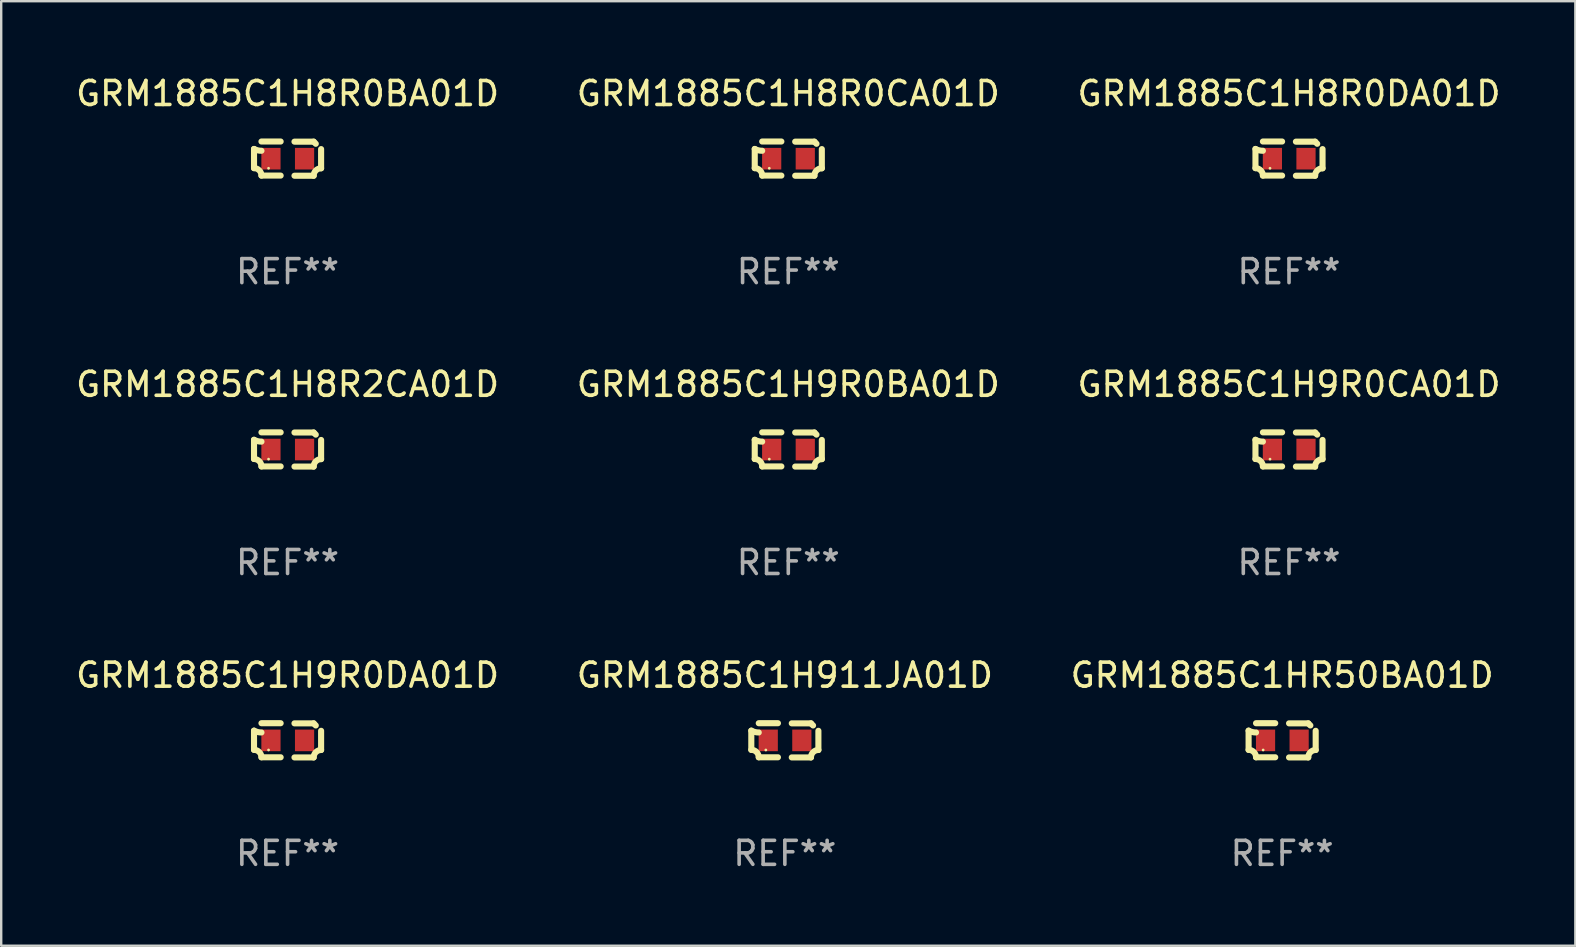
<source format=kicad_pcb>
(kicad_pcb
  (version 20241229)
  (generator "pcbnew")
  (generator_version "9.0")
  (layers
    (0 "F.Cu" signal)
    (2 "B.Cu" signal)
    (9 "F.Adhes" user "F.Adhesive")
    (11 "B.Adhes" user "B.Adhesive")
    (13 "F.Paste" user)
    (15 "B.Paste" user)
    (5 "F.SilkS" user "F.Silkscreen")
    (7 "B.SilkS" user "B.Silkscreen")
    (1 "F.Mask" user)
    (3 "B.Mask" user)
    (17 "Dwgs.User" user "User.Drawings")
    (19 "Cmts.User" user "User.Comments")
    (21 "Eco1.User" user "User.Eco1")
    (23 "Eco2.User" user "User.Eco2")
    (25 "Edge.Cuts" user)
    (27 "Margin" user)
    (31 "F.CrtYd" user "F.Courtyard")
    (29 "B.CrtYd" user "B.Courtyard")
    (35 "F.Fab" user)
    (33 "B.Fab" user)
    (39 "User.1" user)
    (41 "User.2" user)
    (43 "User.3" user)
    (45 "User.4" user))
  (footprint "GRM1885C1H911JA01D"
    (layer "F.Cu")
    (at 29.661 27.805)
    (property "Reference" "GRM1885C1H911JA01D" (at 0 -2.713 0) (layer "F.SilkS") (effects (font (size 1 1) (thickness 0.15))))
    (attr through_hole)
    (fp_line (start -1.398 -0.403) (end -1.398 0.397) (stroke (width 0.254) (type solid)) (layer "F.SilkS"))
    (fp_line (start -0.288 -0.713) (end -1.088 -0.713) (stroke (width 0.254) (type solid)) (layer "F.SilkS"))
    (fp_line (start -0.288 0.707) (end -1.088 0.707) (stroke (width 0.254) (type solid)) (layer "F.SilkS"))
    (fp_line (start 0.288 -0.707) (end 1.088 -0.707) (stroke (width 0.254) (type solid)) (layer "F.SilkS"))
    (fp_line (start 0.288 0.713) (end 1.088 0.713) (stroke (width 0.254) (type solid)) (layer "F.SilkS"))
    (fp_line (start 1.398 -0.397) (end 1.398 0.403) (stroke (width 0.254) (type solid)) (layer "F.SilkS"))
    (fp_arc (start -1.397789 0.397066) (mid -1.178701 0.487826) (end -1.08796 0.706922) (stroke (width 0.254001) (type solid)) (layer "F.SilkS"))
    (fp_arc (start -1.08796 -0.327176) (mid -1.247436 -0.346384) (end -1.39779 -0.402908) (stroke (width 0.254001) (type solid)) (layer "F.SilkS"))
    (fp_arc (start 1.087909 0.712738) (mid 1.178656 0.493655) (end 1.397739 0.402908) (stroke (width 0.254001) (type solid)) (layer "F.SilkS"))
    (fp_arc (start 1.175925 -0.618926) (mid 1.131917 -0.662923) (end 1.08791 -0.706922) (stroke (width 0.254001) (type solid)) (layer "F.SilkS"))
    (fp_circle (center -0.792 0.403) (end -0.762 0.403) (stroke (width 0.06) (type solid)) (fill no) (layer "F.SilkS"))
    (fp_text user "REF**" (at 0 4.713 0) (layer "F.Fab") (effects (font (size 1 1) (thickness 0.15))))
    (pad "1" smd rect (at -0.692 0.003) (size 0.8 0.9) (layers "F.Cu" "F.Mask" "F.Paste"))
    (pad "2" smd rect (at 0.708 0.003) (size 0.8 0.9) (layers "F.Cu" "F.Mask" "F.Paste")))
  (footprint "GRM1885C1H8R0CA01D"
    (layer "F.Cu")
    (at 29.804 3.561)
    (property "Reference" "GRM1885C1H8R0CA01D" (at 0 -2.713 0) (layer "F.SilkS") (effects (font (size 1 1) (thickness 0.15))))
    (attr through_hole)
    (fp_line (start -1.398 -0.403) (end -1.398 0.397) (stroke (width 0.254) (type solid)) (layer "F.SilkS"))
    (fp_line (start -0.288 -0.713) (end -1.088 -0.713) (stroke (width 0.254) (type solid)) (layer "F.SilkS"))
    (fp_line (start -0.288 0.707) (end -1.088 0.707) (stroke (width 0.254) (type solid)) (layer "F.SilkS"))
    (fp_line (start 0.288 -0.707) (end 1.088 -0.707) (stroke (width 0.254) (type solid)) (layer "F.SilkS"))
    (fp_line (start 0.288 0.713) (end 1.088 0.713) (stroke (width 0.254) (type solid)) (layer "F.SilkS"))
    (fp_line (start 1.398 -0.397) (end 1.398 0.403) (stroke (width 0.254) (type solid)) (layer "F.SilkS"))
    (fp_arc (start -1.397789 0.397066) (mid -1.178701 0.487826) (end -1.08796 0.706922) (stroke (width 0.254001) (type solid)) (layer "F.SilkS"))
    (fp_arc (start -1.08796 -0.327176) (mid -1.247436 -0.346384) (end -1.39779 -0.402908) (stroke (width 0.254001) (type solid)) (layer "F.SilkS"))
    (fp_arc (start 1.087909 0.712738) (mid 1.178656 0.493655) (end 1.397739 0.402908) (stroke (width 0.254001) (type solid)) (layer "F.SilkS"))
    (fp_arc (start 1.175925 -0.618926) (mid 1.131917 -0.662923) (end 1.08791 -0.706922) (stroke (width 0.254001) (type solid)) (layer "F.SilkS"))
    (fp_circle (center -0.792 0.403) (end -0.762 0.403) (stroke (width 0.06) (type solid)) (fill no) (layer "F.SilkS"))
    (fp_text user "REF**" (at 0 4.713 0) (layer "F.Fab") (effects (font (size 1 1) (thickness 0.15))))
    (pad "1" smd rect (at -0.692 0.003) (size 0.8 0.9) (layers "F.Cu" "F.Mask" "F.Paste"))
    (pad "2" smd rect (at 0.708 0.003) (size 0.8 0.9) (layers "F.Cu" "F.Mask" "F.Paste")))
  (footprint "GRM1885C1H8R0DA01D"
    (layer "F.Cu")
    (at 50.673 3.561)
    (property "Reference" "GRM1885C1H8R0DA01D" (at 0 -2.713 0) (layer "F.SilkS") (effects (font (size 1 1) (thickness 0.15))))
    (attr through_hole)
    (fp_line (start -1.398 -0.403) (end -1.398 0.397) (stroke (width 0.254) (type solid)) (layer "F.SilkS"))
    (fp_line (start -0.288 -0.713) (end -1.088 -0.713) (stroke (width 0.254) (type solid)) (layer "F.SilkS"))
    (fp_line (start -0.288 0.707) (end -1.088 0.707) (stroke (width 0.254) (type solid)) (layer "F.SilkS"))
    (fp_line (start 0.288 -0.707) (end 1.088 -0.707) (stroke (width 0.254) (type solid)) (layer "F.SilkS"))
    (fp_line (start 0.288 0.713) (end 1.088 0.713) (stroke (width 0.254) (type solid)) (layer "F.SilkS"))
    (fp_line (start 1.398 -0.397) (end 1.398 0.403) (stroke (width 0.254) (type solid)) (layer "F.SilkS"))
    (fp_arc (start -1.397789 0.397066) (mid -1.178701 0.487826) (end -1.08796 0.706922) (stroke (width 0.254001) (type solid)) (layer "F.SilkS"))
    (fp_arc (start -1.08796 -0.327176) (mid -1.247436 -0.346384) (end -1.39779 -0.402908) (stroke (width 0.254001) (type solid)) (layer "F.SilkS"))
    (fp_arc (start 1.087909 0.712738) (mid 1.178656 0.493655) (end 1.397739 0.402908) (stroke (width 0.254001) (type solid)) (layer "F.SilkS"))
    (fp_arc (start 1.175925 -0.618926) (mid 1.131917 -0.662923) (end 1.08791 -0.706922) (stroke (width 0.254001) (type solid)) (layer "F.SilkS"))
    (fp_circle (center -0.792 0.403) (end -0.762 0.403) (stroke (width 0.06) (type solid)) (fill no) (layer "F.SilkS"))
    (fp_text user "REF**" (at 0 4.713 0) (layer "F.Fab") (effects (font (size 1 1) (thickness 0.15))))
    (pad "1" smd rect (at -0.692 0.003) (size 0.8 0.9) (layers "F.Cu" "F.Mask" "F.Paste"))
    (pad "2" smd rect (at 0.708 0.003) (size 0.8 0.9) (layers "F.Cu" "F.Mask" "F.Paste")))
  (footprint "GRM1885C1H8R2CA01D"
    (layer "F.Cu")
    (at 8.935 15.683)
    (property "Reference" "GRM1885C1H8R2CA01D" (at 0 -2.713 0) (layer "F.SilkS") (effects (font (size 1 1) (thickness 0.15))))
    (attr through_hole)
    (fp_line (start -1.398 -0.403) (end -1.398 0.397) (stroke (width 0.254) (type solid)) (layer "F.SilkS"))
    (fp_line (start -0.288 -0.713) (end -1.088 -0.713) (stroke (width 0.254) (type solid)) (layer "F.SilkS"))
    (fp_line (start -0.288 0.707) (end -1.088 0.707) (stroke (width 0.254) (type solid)) (layer "F.SilkS"))
    (fp_line (start 0.288 -0.707) (end 1.088 -0.707) (stroke (width 0.254) (type solid)) (layer "F.SilkS"))
    (fp_line (start 0.288 0.713) (end 1.088 0.713) (stroke (width 0.254) (type solid)) (layer "F.SilkS"))
    (fp_line (start 1.398 -0.397) (end 1.398 0.403) (stroke (width 0.254) (type solid)) (layer "F.SilkS"))
    (fp_arc (start -1.397789 0.397066) (mid -1.178701 0.487826) (end -1.08796 0.706922) (stroke (width 0.254001) (type solid)) (layer "F.SilkS"))
    (fp_arc (start -1.08796 -0.327176) (mid -1.247436 -0.346384) (end -1.39779 -0.402908) (stroke (width 0.254001) (type solid)) (layer "F.SilkS"))
    (fp_arc (start 1.087909 0.712738) (mid 1.178656 0.493655) (end 1.397739 0.402908) (stroke (width 0.254001) (type solid)) (layer "F.SilkS"))
    (fp_arc (start 1.175925 -0.618926) (mid 1.131917 -0.662923) (end 1.08791 -0.706922) (stroke (width 0.254001) (type solid)) (layer "F.SilkS"))
    (fp_circle (center -0.792 0.403) (end -0.762 0.403) (stroke (width 0.06) (type solid)) (fill no) (layer "F.SilkS"))
    (fp_text user "REF**" (at 0 4.713 0) (layer "F.Fab") (effects (font (size 1 1) (thickness 0.15))))
    (pad "1" smd rect (at -0.692 0.003) (size 0.8 0.9) (layers "F.Cu" "F.Mask" "F.Paste"))
    (pad "2" smd rect (at 0.708 0.003) (size 0.8 0.9) (layers "F.Cu" "F.Mask" "F.Paste")))
  (footprint "GRM1885C1H9R0BA01D"
    (layer "F.Cu")
    (at 29.804 15.683)
    (property "Reference" "GRM1885C1H9R0BA01D" (at 0 -2.713 0) (layer "F.SilkS") (effects (font (size 1 1) (thickness 0.15))))
    (attr through_hole)
    (fp_line (start -1.398 -0.403) (end -1.398 0.397) (stroke (width 0.254) (type solid)) (layer "F.SilkS"))
    (fp_line (start -0.288 -0.713) (end -1.088 -0.713) (stroke (width 0.254) (type solid)) (layer "F.SilkS"))
    (fp_line (start -0.288 0.707) (end -1.088 0.707) (stroke (width 0.254) (type solid)) (layer "F.SilkS"))
    (fp_line (start 0.288 -0.707) (end 1.088 -0.707) (stroke (width 0.254) (type solid)) (layer "F.SilkS"))
    (fp_line (start 0.288 0.713) (end 1.088 0.713) (stroke (width 0.254) (type solid)) (layer "F.SilkS"))
    (fp_line (start 1.398 -0.397) (end 1.398 0.403) (stroke (width 0.254) (type solid)) (layer "F.SilkS"))
    (fp_arc (start -1.397789 0.397066) (mid -1.178701 0.487826) (end -1.08796 0.706922) (stroke (width 0.254001) (type solid)) (layer "F.SilkS"))
    (fp_arc (start -1.08796 -0.327176) (mid -1.247436 -0.346384) (end -1.39779 -0.402908) (stroke (width 0.254001) (type solid)) (layer "F.SilkS"))
    (fp_arc (start 1.087909 0.712738) (mid 1.178656 0.493655) (end 1.397739 0.402908) (stroke (width 0.254001) (type solid)) (layer "F.SilkS"))
    (fp_arc (start 1.175925 -0.618926) (mid 1.131917 -0.662923) (end 1.08791 -0.706922) (stroke (width 0.254001) (type solid)) (layer "F.SilkS"))
    (fp_circle (center -0.792 0.403) (end -0.762 0.403) (stroke (width 0.06) (type solid)) (fill no) (layer "F.SilkS"))
    (fp_text user "REF**" (at 0 4.713 0) (layer "F.Fab") (effects (font (size 1 1) (thickness 0.15))))
    (pad "1" smd rect (at -0.692 0.003) (size 0.8 0.9) (layers "F.Cu" "F.Mask" "F.Paste"))
    (pad "2" smd rect (at 0.708 0.003) (size 0.8 0.9) (layers "F.Cu" "F.Mask" "F.Paste")))
  (footprint "GRM1885C1H8R0BA01D"
    (layer "F.Cu")
    (at 8.935 3.561)
    (property "Reference" "GRM1885C1H8R0BA01D" (at 0 -2.713 0) (layer "F.SilkS") (effects (font (size 1 1) (thickness 0.15))))
    (attr through_hole)
    (fp_line (start -1.398 -0.403) (end -1.398 0.397) (stroke (width 0.254) (type solid)) (layer "F.SilkS"))
    (fp_line (start -0.288 -0.713) (end -1.088 -0.713) (stroke (width 0.254) (type solid)) (layer "F.SilkS"))
    (fp_line (start -0.288 0.707) (end -1.088 0.707) (stroke (width 0.254) (type solid)) (layer "F.SilkS"))
    (fp_line (start 0.288 -0.707) (end 1.088 -0.707) (stroke (width 0.254) (type solid)) (layer "F.SilkS"))
    (fp_line (start 0.288 0.713) (end 1.088 0.713) (stroke (width 0.254) (type solid)) (layer "F.SilkS"))
    (fp_line (start 1.398 -0.397) (end 1.398 0.403) (stroke (width 0.254) (type solid)) (layer "F.SilkS"))
    (fp_arc (start -1.397789 0.397066) (mid -1.178701 0.487826) (end -1.08796 0.706922) (stroke (width 0.254001) (type solid)) (layer "F.SilkS"))
    (fp_arc (start -1.08796 -0.327176) (mid -1.247436 -0.346384) (end -1.39779 -0.402908) (stroke (width 0.254001) (type solid)) (layer "F.SilkS"))
    (fp_arc (start 1.087909 0.712738) (mid 1.178656 0.493655) (end 1.397739 0.402908) (stroke (width 0.254001) (type solid)) (layer "F.SilkS"))
    (fp_arc (start 1.175925 -0.618926) (mid 1.131917 -0.662923) (end 1.08791 -0.706922) (stroke (width 0.254001) (type solid)) (layer "F.SilkS"))
    (fp_circle (center -0.792 0.403) (end -0.762 0.403) (stroke (width 0.06) (type solid)) (fill no) (layer "F.SilkS"))
    (fp_text user "REF**" (at 0 4.713 0) (layer "F.Fab") (effects (font (size 1 1) (thickness 0.15))))
    (pad "1" smd rect (at -0.692 0.003) (size 0.8 0.9) (layers "F.Cu" "F.Mask" "F.Paste"))
    (pad "2" smd rect (at 0.708 0.003) (size 0.8 0.9) (layers "F.Cu" "F.Mask" "F.Paste")))
  (footprint "GRM1885C1H9R0DA01D"
    (layer "F.Cu")
    (at 8.935 27.805)
    (property "Reference" "GRM1885C1H9R0DA01D" (at 0 -2.713 0) (layer "F.SilkS") (effects (font (size 1 1) (thickness 0.15))))
    (attr through_hole)
    (fp_line (start -1.398 -0.403) (end -1.398 0.397) (stroke (width 0.254) (type solid)) (layer "F.SilkS"))
    (fp_line (start -0.288 -0.713) (end -1.088 -0.713) (stroke (width 0.254) (type solid)) (layer "F.SilkS"))
    (fp_line (start -0.288 0.707) (end -1.088 0.707) (stroke (width 0.254) (type solid)) (layer "F.SilkS"))
    (fp_line (start 0.288 -0.707) (end 1.088 -0.707) (stroke (width 0.254) (type solid)) (layer "F.SilkS"))
    (fp_line (start 0.288 0.713) (end 1.088 0.713) (stroke (width 0.254) (type solid)) (layer "F.SilkS"))
    (fp_line (start 1.398 -0.397) (end 1.398 0.403) (stroke (width 0.254) (type solid)) (layer "F.SilkS"))
    (fp_arc (start -1.397789 0.397066) (mid -1.178701 0.487826) (end -1.08796 0.706922) (stroke (width 0.254001) (type solid)) (layer "F.SilkS"))
    (fp_arc (start -1.08796 -0.327176) (mid -1.247436 -0.346384) (end -1.39779 -0.402908) (stroke (width 0.254001) (type solid)) (layer "F.SilkS"))
    (fp_arc (start 1.087909 0.712738) (mid 1.178656 0.493655) (end 1.397739 0.402908) (stroke (width 0.254001) (type solid)) (layer "F.SilkS"))
    (fp_arc (start 1.175925 -0.618926) (mid 1.131917 -0.662923) (end 1.08791 -0.706922) (stroke (width 0.254001) (type solid)) (layer "F.SilkS"))
    (fp_circle (center -0.792 0.403) (end -0.762 0.403) (stroke (width 0.06) (type solid)) (fill no) (layer "F.SilkS"))
    (fp_text user "REF**" (at 0 4.713 0) (layer "F.Fab") (effects (font (size 1 1) (thickness 0.15))))
    (pad "1" smd rect (at -0.692 0.003) (size 0.8 0.9) (layers "F.Cu" "F.Mask" "F.Paste"))
    (pad "2" smd rect (at 0.708 0.003) (size 0.8 0.9) (layers "F.Cu" "F.Mask" "F.Paste")))
  (footprint "GRM1885C1H9R0CA01D"
    (layer "F.Cu")
    (at 50.673 15.683)
    (property "Reference" "GRM1885C1H9R0CA01D" (at 0 -2.713 0) (layer "F.SilkS") (effects (font (size 1 1) (thickness 0.15))))
    (attr through_hole)
    (fp_line (start -1.398 -0.403) (end -1.398 0.397) (stroke (width 0.254) (type solid)) (layer "F.SilkS"))
    (fp_line (start -0.288 -0.713) (end -1.088 -0.713) (stroke (width 0.254) (type solid)) (layer "F.SilkS"))
    (fp_line (start -0.288 0.707) (end -1.088 0.707) (stroke (width 0.254) (type solid)) (layer "F.SilkS"))
    (fp_line (start 0.288 -0.707) (end 1.088 -0.707) (stroke (width 0.254) (type solid)) (layer "F.SilkS"))
    (fp_line (start 0.288 0.713) (end 1.088 0.713) (stroke (width 0.254) (type solid)) (layer "F.SilkS"))
    (fp_line (start 1.398 -0.397) (end 1.398 0.403) (stroke (width 0.254) (type solid)) (layer "F.SilkS"))
    (fp_arc (start -1.397789 0.397066) (mid -1.178701 0.487826) (end -1.08796 0.706922) (stroke (width 0.254001) (type solid)) (layer "F.SilkS"))
    (fp_arc (start -1.08796 -0.327176) (mid -1.247436 -0.346384) (end -1.39779 -0.402908) (stroke (width 0.254001) (type solid)) (layer "F.SilkS"))
    (fp_arc (start 1.087909 0.712738) (mid 1.178656 0.493655) (end 1.397739 0.402908) (stroke (width 0.254001) (type solid)) (layer "F.SilkS"))
    (fp_arc (start 1.175925 -0.618926) (mid 1.131917 -0.662923) (end 1.08791 -0.706922) (stroke (width 0.254001) (type solid)) (layer "F.SilkS"))
    (fp_circle (center -0.792 0.403) (end -0.762 0.403) (stroke (width 0.06) (type solid)) (fill no) (layer "F.SilkS"))
    (fp_text user "REF**" (at 0 4.713 0) (layer "F.Fab") (effects (font (size 1 1) (thickness 0.15))))
    (pad "1" smd rect (at -0.692 0.003) (size 0.8 0.9) (layers "F.Cu" "F.Mask" "F.Paste"))
    (pad "2" smd rect (at 0.708 0.003) (size 0.8 0.9) (layers "F.Cu" "F.Mask" "F.Paste")))
  (footprint "GRM1885C1HR50BA01D"
    (layer "F.Cu")
    (at 50.387 27.805)
    (property "Reference" "GRM1885C1HR50BA01D" (at 0 -2.713 0) (layer "F.SilkS") (effects (font (size 1 1) (thickness 0.15))))
    (attr through_hole)
    (fp_line (start -1.398 -0.403) (end -1.398 0.397) (stroke (width 0.254) (type solid)) (layer "F.SilkS"))
    (fp_line (start -0.288 -0.713) (end -1.088 -0.713) (stroke (width 0.254) (type solid)) (layer "F.SilkS"))
    (fp_line (start -0.288 0.707) (end -1.088 0.707) (stroke (width 0.254) (type solid)) (layer "F.SilkS"))
    (fp_line (start 0.288 -0.707) (end 1.088 -0.707) (stroke (width 0.254) (type solid)) (layer "F.SilkS"))
    (fp_line (start 0.288 0.713) (end 1.088 0.713) (stroke (width 0.254) (type solid)) (layer "F.SilkS"))
    (fp_line (start 1.398 -0.397) (end 1.398 0.403) (stroke (width 0.254) (type solid)) (layer "F.SilkS"))
    (fp_arc (start -1.397789 0.397066) (mid -1.178701 0.487826) (end -1.08796 0.706922) (stroke (width 0.254001) (type solid)) (layer "F.SilkS"))
    (fp_arc (start -1.08796 -0.327176) (mid -1.247436 -0.346384) (end -1.39779 -0.402908) (stroke (width 0.254001) (type solid)) (layer "F.SilkS"))
    (fp_arc (start 1.087909 0.712738) (mid 1.178656 0.493655) (end 1.397739 0.402908) (stroke (width 0.254001) (type solid)) (layer "F.SilkS"))
    (fp_arc (start 1.175925 -0.618926) (mid 1.131917 -0.662923) (end 1.08791 -0.706922) (stroke (width 0.254001) (type solid)) (layer "F.SilkS"))
    (fp_circle (center -0.792 0.403) (end -0.762 0.403) (stroke (width 0.06) (type solid)) (fill no) (layer "F.SilkS"))
    (fp_text user "REF**" (at 0 4.713 0) (layer "F.Fab") (effects (font (size 1 1) (thickness 0.15))))
    (pad "1" smd rect (at -0.692 0.003) (size 0.8 0.9) (layers "F.Cu" "F.Mask" "F.Paste"))
    (pad "2" smd rect (at 0.708 0.003) (size 0.8 0.9) (layers "F.Cu" "F.Mask" "F.Paste")))
  (gr_rect
    (start -3 -3)
    (end 62.607 36.366)
    (stroke (width 0.1) (type default))
    (fill no)
    (layer "Edge.Cuts")))
</source>
